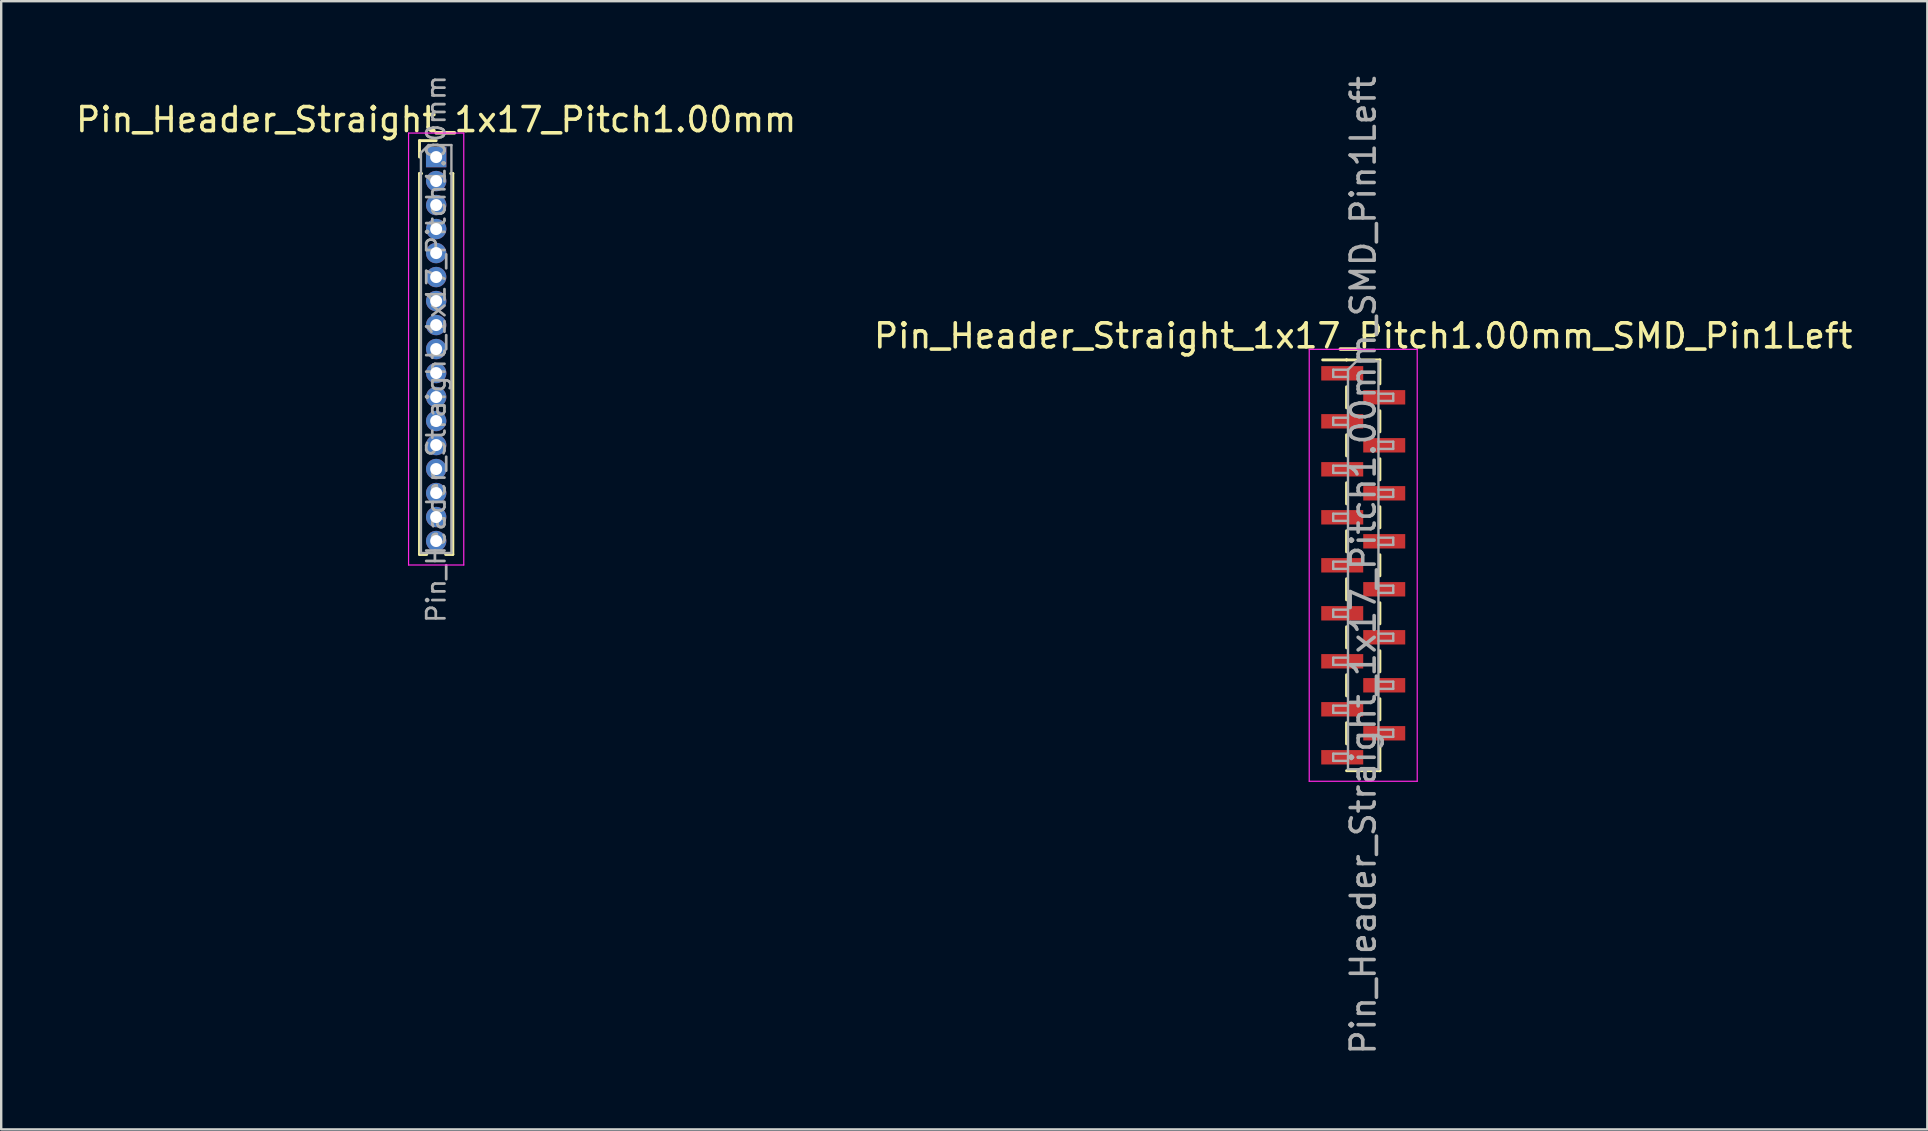
<source format=kicad_pcb>
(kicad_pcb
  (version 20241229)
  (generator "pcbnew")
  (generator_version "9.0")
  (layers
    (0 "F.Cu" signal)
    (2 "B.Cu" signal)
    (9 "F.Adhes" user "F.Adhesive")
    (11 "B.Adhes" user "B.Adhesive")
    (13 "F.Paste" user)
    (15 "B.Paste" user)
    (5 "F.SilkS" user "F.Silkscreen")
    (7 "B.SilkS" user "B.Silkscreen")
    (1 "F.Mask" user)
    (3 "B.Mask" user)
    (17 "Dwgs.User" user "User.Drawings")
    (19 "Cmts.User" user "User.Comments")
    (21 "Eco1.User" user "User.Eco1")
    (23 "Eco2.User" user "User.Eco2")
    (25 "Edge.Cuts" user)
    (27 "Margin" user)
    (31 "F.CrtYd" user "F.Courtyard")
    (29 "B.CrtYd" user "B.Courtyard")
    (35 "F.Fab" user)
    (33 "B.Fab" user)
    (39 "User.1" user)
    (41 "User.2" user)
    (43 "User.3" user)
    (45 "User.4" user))
  (footprint "Pin_Header_Straight_1x17_Pitch1.00mm"
    (layer "F.Cu")
    (at 15.125 3.495)
    (property "Reference" "Pin_Header_Straight_1x17_Pitch1.00mm" (at 0 -1.56 0) (layer "F.SilkS") (effects (font (size 1 1) (thickness 0.15))))
    (attr through_hole)
    (fp_line (start -0.695 -0.685) (end 0 -0.685) (stroke (width 0.12) (type solid)) (layer "F.SilkS"))
    (fp_line (start -0.695 0) (end -0.695 -0.685) (stroke (width 0.12) (type solid)) (layer "F.SilkS"))
    (fp_line (start -0.695 0.685) (end -0.695 16.56) (stroke (width 0.12) (type solid)) (layer "F.SilkS"))
    (fp_line (start -0.695 0.685) (end -0.608 0.685) (stroke (width 0.12) (type solid)) (layer "F.SilkS"))
    (fp_line (start -0.695 16.56) (end -0.394 16.56) (stroke (width 0.12) (type solid)) (layer "F.SilkS"))
    (fp_line (start 0.394 16.56) (end 0.695 16.56) (stroke (width 0.12) (type solid)) (layer "F.SilkS"))
    (fp_line (start 0.608 0.685) (end 0.695 0.685) (stroke (width 0.12) (type solid)) (layer "F.SilkS"))
    (fp_line (start 0.695 0.685) (end 0.695 16.56) (stroke (width 0.12) (type solid)) (layer "F.SilkS"))
    (fp_line (start -1.15 -1) (end -1.15 17) (stroke (width 0.05) (type solid)) (layer "F.CrtYd"))
    (fp_line (start -1.15 17) (end 1.15 17) (stroke (width 0.05) (type solid)) (layer "F.CrtYd"))
    (fp_line (start 1.15 -1) (end -1.15 -1) (stroke (width 0.05) (type solid)) (layer "F.CrtYd"))
    (fp_line (start 1.15 17) (end 1.15 -1) (stroke (width 0.05) (type solid)) (layer "F.CrtYd"))
    (fp_line (start -0.635 -0.182) (end -0.318 -0.5) (stroke (width 0.1) (type solid)) (layer "F.Fab"))
    (fp_line (start -0.635 16.5) (end -0.635 -0.182) (stroke (width 0.1) (type solid)) (layer "F.Fab"))
    (fp_line (start -0.318 -0.5) (end 0.635 -0.5) (stroke (width 0.1) (type solid)) (layer "F.Fab"))
    (fp_line (start 0.635 -0.5) (end 0.635 16.5) (stroke (width 0.1) (type solid)) (layer "F.Fab"))
    (fp_line (start 0.635 16.5) (end -0.635 16.5) (stroke (width 0.1) (type solid)) (layer "F.Fab"))
    (fp_text user "${REFERENCE}" (at 0 8 90) (layer "F.Fab") (effects (font (size 0.76 0.76) (thickness 0.114))))
    (pad "1" thru_hole rect (at 0 0) (size 0.85 0.85) (drill 0.5) (layers "*.Cu" "*.Mask"))
    (pad "2" thru_hole oval (at 0 1) (size 0.85 0.85) (drill 0.5) (layers "*.Cu" "*.Mask"))
    (pad "3" thru_hole oval (at 0 2) (size 0.85 0.85) (drill 0.5) (layers "*.Cu" "*.Mask"))
    (pad "4" thru_hole oval (at 0 3) (size 0.85 0.85) (drill 0.5) (layers "*.Cu" "*.Mask"))
    (pad "5" thru_hole oval (at 0 4) (size 0.85 0.85) (drill 0.5) (layers "*.Cu" "*.Mask"))
    (pad "6" thru_hole oval (at 0 5) (size 0.85 0.85) (drill 0.5) (layers "*.Cu" "*.Mask"))
    (pad "7" thru_hole oval (at 0 6) (size 0.85 0.85) (drill 0.5) (layers "*.Cu" "*.Mask"))
    (pad "8" thru_hole oval (at 0 7) (size 0.85 0.85) (drill 0.5) (layers "*.Cu" "*.Mask"))
    (pad "9" thru_hole oval (at 0 8) (size 0.85 0.85) (drill 0.5) (layers "*.Cu" "*.Mask"))
    (pad "10" thru_hole oval (at 0 9) (size 0.85 0.85) (drill 0.5) (layers "*.Cu" "*.Mask"))
    (pad "11" thru_hole oval (at 0 10) (size 0.85 0.85) (drill 0.5) (layers "*.Cu" "*.Mask"))
    (pad "12" thru_hole oval (at 0 11) (size 0.85 0.85) (drill 0.5) (layers "*.Cu" "*.Mask"))
    (pad "13" thru_hole oval (at 0 12) (size 0.85 0.85) (drill 0.5) (layers "*.Cu" "*.Mask"))
    (pad "14" thru_hole oval (at 0 13) (size 0.85 0.85) (drill 0.5) (layers "*.Cu" "*.Mask"))
    (pad "15" thru_hole oval (at 0 14) (size 0.85 0.85) (drill 0.5) (layers "*.Cu" "*.Mask"))
    (pad "16" thru_hole oval (at 0 15) (size 0.85 0.85) (drill 0.5) (layers "*.Cu" "*.Mask"))
    (pad "17" thru_hole oval (at 0 16) (size 0.85 0.85) (drill 0.5) (layers "*.Cu" "*.Mask")))
  (footprint "Pin_Header_Straight_1x17_Pitch1.00mm_SMD_Pin1Left"
    (layer "F.Cu")
    (at 53.756 20.506)
    (property "Reference" "Pin_Header_Straight_1x17_Pitch1.00mm_SMD_Pin1Left" (at 0 -9.56 0) (layer "F.SilkS") (effects (font (size 1 1) (thickness 0.15))))
    (attr smd)
    (fp_line (start -0.695 -8.56) (end -1.69 -8.56) (stroke (width 0.12) (type solid)) (layer "F.SilkS"))
    (fp_line (start -0.695 -8.56) (end -0.695 -8.56) (stroke (width 0.12) (type solid)) (layer "F.SilkS"))
    (fp_line (start -0.695 -8.56) (end 0.695 -8.56) (stroke (width 0.12) (type solid)) (layer "F.SilkS"))
    (fp_line (start -0.695 -7.44) (end -0.695 -6.56) (stroke (width 0.12) (type solid)) (layer "F.SilkS"))
    (fp_line (start -0.695 -5.44) (end -0.695 -4.56) (stroke (width 0.12) (type solid)) (layer "F.SilkS"))
    (fp_line (start -0.695 -3.44) (end -0.695 -2.56) (stroke (width 0.12) (type solid)) (layer "F.SilkS"))
    (fp_line (start -0.695 -1.44) (end -0.695 -0.56) (stroke (width 0.12) (type solid)) (layer "F.SilkS"))
    (fp_line (start -0.695 0.56) (end -0.695 1.44) (stroke (width 0.12) (type solid)) (layer "F.SilkS"))
    (fp_line (start -0.695 2.56) (end -0.695 3.44) (stroke (width 0.12) (type solid)) (layer "F.SilkS"))
    (fp_line (start -0.695 4.56) (end -0.695 5.44) (stroke (width 0.12) (type solid)) (layer "F.SilkS"))
    (fp_line (start -0.695 6.56) (end -0.695 7.44) (stroke (width 0.12) (type solid)) (layer "F.SilkS"))
    (fp_line (start -0.695 8.56) (end 0.695 8.56) (stroke (width 0.12) (type solid)) (layer "F.SilkS"))
    (fp_line (start 0.695 -8.56) (end 0.695 -7.56) (stroke (width 0.12) (type solid)) (layer "F.SilkS"))
    (fp_line (start 0.695 -6.44) (end 0.695 -5.56) (stroke (width 0.12) (type solid)) (layer "F.SilkS"))
    (fp_line (start 0.695 -4.44) (end 0.695 -3.56) (stroke (width 0.12) (type solid)) (layer "F.SilkS"))
    (fp_line (start 0.695 -2.44) (end 0.695 -1.56) (stroke (width 0.12) (type solid)) (layer "F.SilkS"))
    (fp_line (start 0.695 -0.44) (end 0.695 0.44) (stroke (width 0.12) (type solid)) (layer "F.SilkS"))
    (fp_line (start 0.695 1.56) (end 0.695 2.44) (stroke (width 0.12) (type solid)) (layer "F.SilkS"))
    (fp_line (start 0.695 3.56) (end 0.695 4.44) (stroke (width 0.12) (type solid)) (layer "F.SilkS"))
    (fp_line (start 0.695 5.56) (end 0.695 6.44) (stroke (width 0.12) (type solid)) (layer "F.SilkS"))
    (fp_line (start 0.695 7.56) (end 0.695 8.56) (stroke (width 0.12) (type solid)) (layer "F.SilkS"))
    (fp_line (start 0.695 8.56) (end 0.695 8.56) (stroke (width 0.12) (type solid)) (layer "F.SilkS"))
    (fp_line (start -2.25 -9) (end -2.25 9) (stroke (width 0.05) (type solid)) (layer "F.CrtYd"))
    (fp_line (start -2.25 9) (end 2.25 9) (stroke (width 0.05) (type solid)) (layer "F.CrtYd"))
    (fp_line (start 2.25 -9) (end -2.25 -9) (stroke (width 0.05) (type solid)) (layer "F.CrtYd"))
    (fp_line (start 2.25 9) (end 2.25 -9) (stroke (width 0.05) (type solid)) (layer "F.CrtYd"))
    (fp_line (start -1.25 -8.15) (end -1.25 -7.85) (stroke (width 0.1) (type solid)) (layer "F.Fab"))
    (fp_line (start -1.25 -7.85) (end -0.635 -7.85) (stroke (width 0.1) (type solid)) (layer "F.Fab"))
    (fp_line (start -1.25 -6.15) (end -1.25 -5.85) (stroke (width 0.1) (type solid)) (layer "F.Fab"))
    (fp_line (start -1.25 -5.85) (end -0.635 -5.85) (stroke (width 0.1) (type solid)) (layer "F.Fab"))
    (fp_line (start -1.25 -4.15) (end -1.25 -3.85) (stroke (width 0.1) (type solid)) (layer "F.Fab"))
    (fp_line (start -1.25 -3.85) (end -0.635 -3.85) (stroke (width 0.1) (type solid)) (layer "F.Fab"))
    (fp_line (start -1.25 -2.15) (end -1.25 -1.85) (stroke (width 0.1) (type solid)) (layer "F.Fab"))
    (fp_line (start -1.25 -1.85) (end -0.635 -1.85) (stroke (width 0.1) (type solid)) (layer "F.Fab"))
    (fp_line (start -1.25 -0.15) (end -1.25 0.15) (stroke (width 0.1) (type solid)) (layer "F.Fab"))
    (fp_line (start -1.25 0.15) (end -0.635 0.15) (stroke (width 0.1) (type solid)) (layer "F.Fab"))
    (fp_line (start -1.25 1.85) (end -1.25 2.15) (stroke (width 0.1) (type solid)) (layer "F.Fab"))
    (fp_line (start -1.25 2.15) (end -0.635 2.15) (stroke (width 0.1) (type solid)) (layer "F.Fab"))
    (fp_line (start -1.25 3.85) (end -1.25 4.15) (stroke (width 0.1) (type solid)) (layer "F.Fab"))
    (fp_line (start -1.25 4.15) (end -0.635 4.15) (stroke (width 0.1) (type solid)) (layer "F.Fab"))
    (fp_line (start -1.25 5.85) (end -1.25 6.15) (stroke (width 0.1) (type solid)) (layer "F.Fab"))
    (fp_line (start -1.25 6.15) (end -0.635 6.15) (stroke (width 0.1) (type solid)) (layer "F.Fab"))
    (fp_line (start -1.25 7.85) (end -1.25 8.15) (stroke (width 0.1) (type solid)) (layer "F.Fab"))
    (fp_line (start -1.25 8.15) (end -0.635 8.15) (stroke (width 0.1) (type solid)) (layer "F.Fab"))
    (fp_line (start -0.635 -8.15) (end -1.25 -8.15) (stroke (width 0.1) (type solid)) (layer "F.Fab"))
    (fp_line (start -0.635 -8.15) (end -0.285 -8.5) (stroke (width 0.1) (type solid)) (layer "F.Fab"))
    (fp_line (start -0.635 -6.15) (end -1.25 -6.15) (stroke (width 0.1) (type solid)) (layer "F.Fab"))
    (fp_line (start -0.635 -4.15) (end -1.25 -4.15) (stroke (width 0.1) (type solid)) (layer "F.Fab"))
    (fp_line (start -0.635 -2.15) (end -1.25 -2.15) (stroke (width 0.1) (type solid)) (layer "F.Fab"))
    (fp_line (start -0.635 -0.15) (end -1.25 -0.15) (stroke (width 0.1) (type solid)) (layer "F.Fab"))
    (fp_line (start -0.635 1.85) (end -1.25 1.85) (stroke (width 0.1) (type solid)) (layer "F.Fab"))
    (fp_line (start -0.635 3.85) (end -1.25 3.85) (stroke (width 0.1) (type solid)) (layer "F.Fab"))
    (fp_line (start -0.635 5.85) (end -1.25 5.85) (stroke (width 0.1) (type solid)) (layer "F.Fab"))
    (fp_line (start -0.635 7.85) (end -1.25 7.85) (stroke (width 0.1) (type solid)) (layer "F.Fab"))
    (fp_line (start -0.635 8.5) (end -0.635 -8.15) (stroke (width 0.1) (type solid)) (layer "F.Fab"))
    (fp_line (start -0.285 -8.5) (end 0.635 -8.5) (stroke (width 0.1) (type solid)) (layer "F.Fab"))
    (fp_line (start 0.635 -8.5) (end 0.635 8.5) (stroke (width 0.1) (type solid)) (layer "F.Fab"))
    (fp_line (start 0.635 -7.15) (end 1.25 -7.15) (stroke (width 0.1) (type solid)) (layer "F.Fab"))
    (fp_line (start 0.635 -5.15) (end 1.25 -5.15) (stroke (width 0.1) (type solid)) (layer "F.Fab"))
    (fp_line (start 0.635 -3.15) (end 1.25 -3.15) (stroke (width 0.1) (type solid)) (layer "F.Fab"))
    (fp_line (start 0.635 -1.15) (end 1.25 -1.15) (stroke (width 0.1) (type solid)) (layer "F.Fab"))
    (fp_line (start 0.635 0.85) (end 1.25 0.85) (stroke (width 0.1) (type solid)) (layer "F.Fab"))
    (fp_line (start 0.635 2.85) (end 1.25 2.85) (stroke (width 0.1) (type solid)) (layer "F.Fab"))
    (fp_line (start 0.635 4.85) (end 1.25 4.85) (stroke (width 0.1) (type solid)) (layer "F.Fab"))
    (fp_line (start 0.635 6.85) (end 1.25 6.85) (stroke (width 0.1) (type solid)) (layer "F.Fab"))
    (fp_line (start 0.635 8.5) (end -0.635 8.5) (stroke (width 0.1) (type solid)) (layer "F.Fab"))
    (fp_line (start 1.25 -7.15) (end 1.25 -6.85) (stroke (width 0.1) (type solid)) (layer "F.Fab"))
    (fp_line (start 1.25 -6.85) (end 0.635 -6.85) (stroke (width 0.1) (type solid)) (layer "F.Fab"))
    (fp_line (start 1.25 -5.15) (end 1.25 -4.85) (stroke (width 0.1) (type solid)) (layer "F.Fab"))
    (fp_line (start 1.25 -4.85) (end 0.635 -4.85) (stroke (width 0.1) (type solid)) (layer "F.Fab"))
    (fp_line (start 1.25 -3.15) (end 1.25 -2.85) (stroke (width 0.1) (type solid)) (layer "F.Fab"))
    (fp_line (start 1.25 -2.85) (end 0.635 -2.85) (stroke (width 0.1) (type solid)) (layer "F.Fab"))
    (fp_line (start 1.25 -1.15) (end 1.25 -0.85) (stroke (width 0.1) (type solid)) (layer "F.Fab"))
    (fp_line (start 1.25 -0.85) (end 0.635 -0.85) (stroke (width 0.1) (type solid)) (layer "F.Fab"))
    (fp_line (start 1.25 0.85) (end 1.25 1.15) (stroke (width 0.1) (type solid)) (layer "F.Fab"))
    (fp_line (start 1.25 1.15) (end 0.635 1.15) (stroke (width 0.1) (type solid)) (layer "F.Fab"))
    (fp_line (start 1.25 2.85) (end 1.25 3.15) (stroke (width 0.1) (type solid)) (layer "F.Fab"))
    (fp_line (start 1.25 3.15) (end 0.635 3.15) (stroke (width 0.1) (type solid)) (layer "F.Fab"))
    (fp_line (start 1.25 4.85) (end 1.25 5.15) (stroke (width 0.1) (type solid)) (layer "F.Fab"))
    (fp_line (start 1.25 5.15) (end 0.635 5.15) (stroke (width 0.1) (type solid)) (layer "F.Fab"))
    (fp_line (start 1.25 6.85) (end 1.25 7.15) (stroke (width 0.1) (type solid)) (layer "F.Fab"))
    (fp_line (start 1.25 7.15) (end 0.635 7.15) (stroke (width 0.1) (type solid)) (layer "F.Fab"))
    (fp_text user "${REFERENCE}" (at 0 0 90) (layer "F.Fab") (effects (font (size 1 1) (thickness 0.15))))
    (pad "1" smd rect (at -0.875 -8) (size 1.75 0.6) (layers "F.Cu" "F.Mask" "F.Paste"))
    (pad "2" smd rect (at 0.875 -7) (size 1.75 0.6) (layers "F.Cu" "F.Mask" "F.Paste"))
    (pad "3" smd rect (at -0.875 -6) (size 1.75 0.6) (layers "F.Cu" "F.Mask" "F.Paste"))
    (pad "4" smd rect (at 0.875 -5) (size 1.75 0.6) (layers "F.Cu" "F.Mask" "F.Paste"))
    (pad "5" smd rect (at -0.875 -4) (size 1.75 0.6) (layers "F.Cu" "F.Mask" "F.Paste"))
    (pad "6" smd rect (at 0.875 -3) (size 1.75 0.6) (layers "F.Cu" "F.Mask" "F.Paste"))
    (pad "7" smd rect (at -0.875 -2) (size 1.75 0.6) (layers "F.Cu" "F.Mask" "F.Paste"))
    (pad "8" smd rect (at 0.875 -1) (size 1.75 0.6) (layers "F.Cu" "F.Mask" "F.Paste"))
    (pad "9" smd rect (at -0.875 0) (size 1.75 0.6) (layers "F.Cu" "F.Mask" "F.Paste"))
    (pad "10" smd rect (at 0.875 1) (size 1.75 0.6) (layers "F.Cu" "F.Mask" "F.Paste"))
    (pad "11" smd rect (at -0.875 2) (size 1.75 0.6) (layers "F.Cu" "F.Mask" "F.Paste"))
    (pad "12" smd rect (at 0.875 3) (size 1.75 0.6) (layers "F.Cu" "F.Mask" "F.Paste"))
    (pad "13" smd rect (at -0.875 4) (size 1.75 0.6) (layers "F.Cu" "F.Mask" "F.Paste"))
    (pad "14" smd rect (at 0.875 5) (size 1.75 0.6) (layers "F.Cu" "F.Mask" "F.Paste"))
    (pad "15" smd rect (at -0.875 6) (size 1.75 0.6) (layers "F.Cu" "F.Mask" "F.Paste"))
    (pad "16" smd rect (at 0.875 7) (size 1.75 0.6) (layers "F.Cu" "F.Mask" "F.Paste"))
    (pad "17" smd rect (at -0.875 8) (size 1.75 0.6) (layers "F.Cu" "F.Mask" "F.Paste")))
  (gr_rect
    (start -3 -3)
    (end 77.262 44.012)
    (stroke (width 0.1) (type default))
    (fill no)
    (layer "Edge.Cuts")))
</source>
